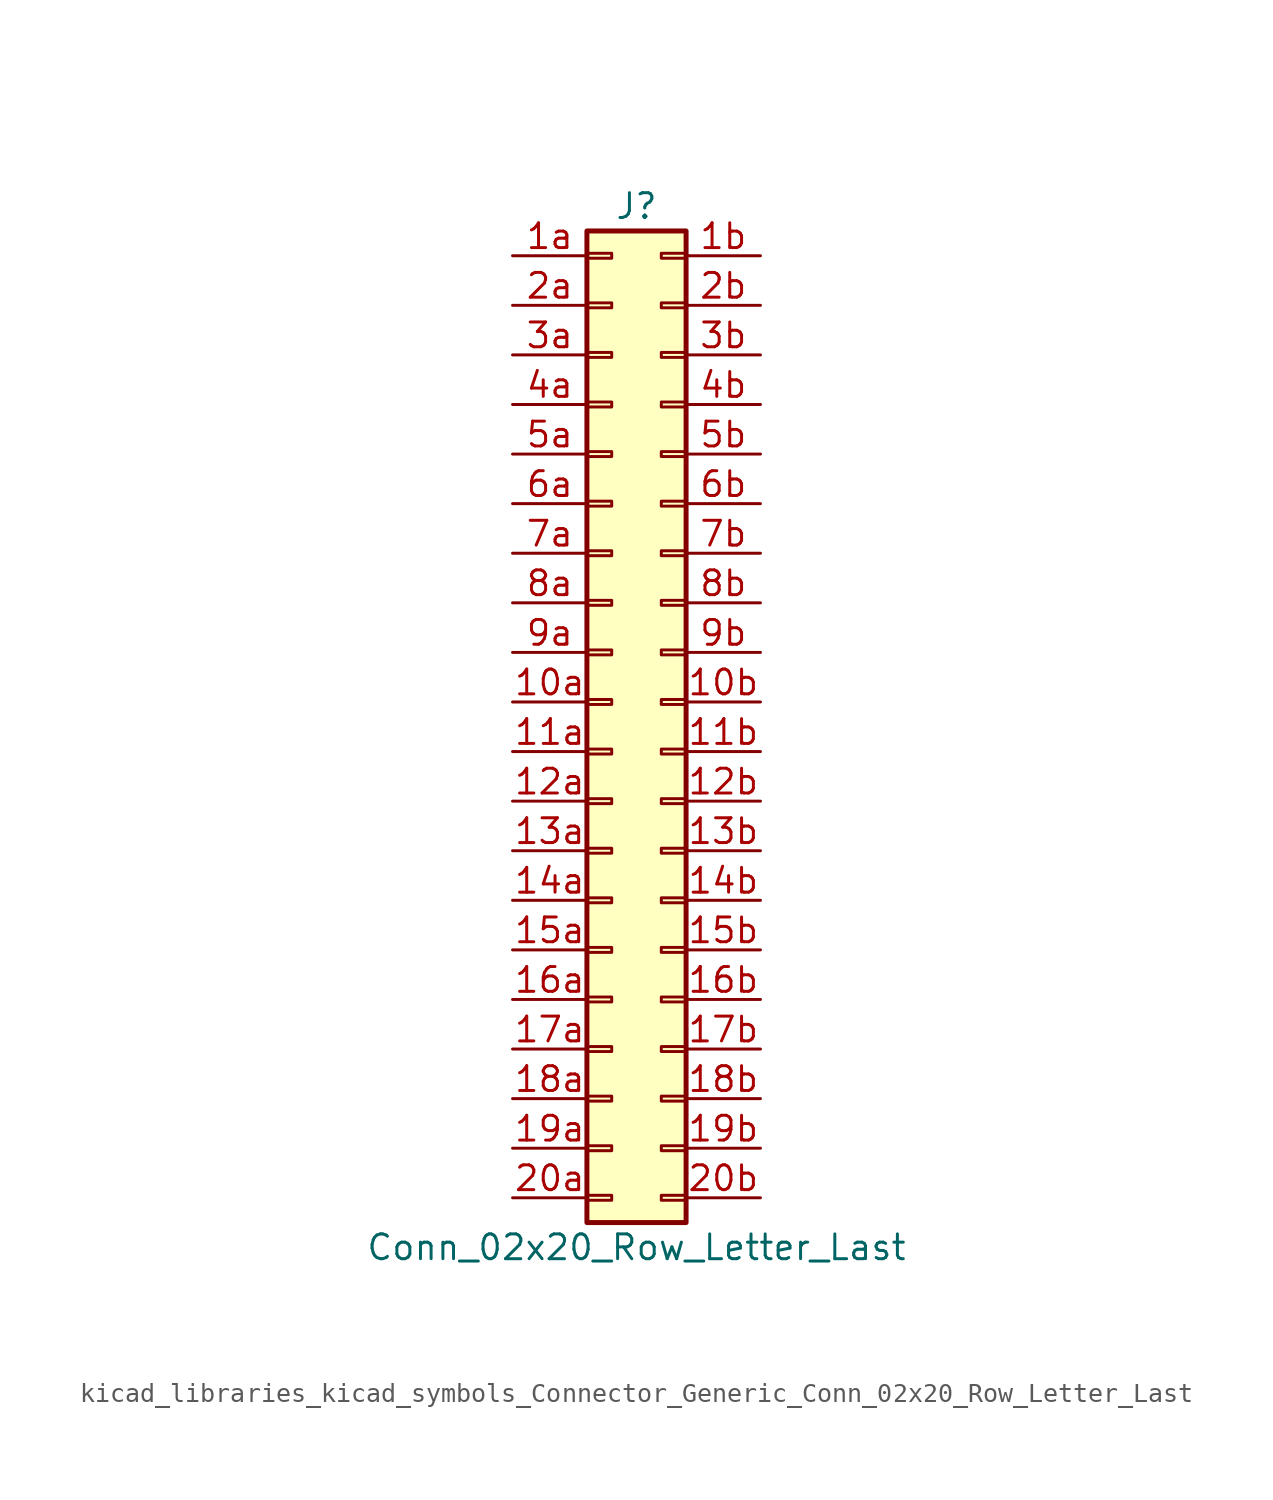
<source format=kicad_sym>
(kicad_symbol_lib
  (version 20220914)
  (generator kicad_symbol_editor)
  (symbol "kicad_libraries_kicad_symbols_Connector_Generic_Conn_02x20_Row_Letter_Last"
    (pin_names
      (offset 1.016) hide)
    (property "Reference" "J"
      (at 1.27 25.4 0)
      (effects (font (size 1.27 1.27))))
    (property "Value" "Conn_02x20_Row_Letter_Last"
      (at 1.27 -27.94 0)
      (effects (font (size 1.27 1.27))))
    (symbol "kicad_libraries_kicad_symbols_Connector_Generic_Conn_02x20_Row_Letter_Last_1_1"
      (rectangle (start -1.27 -25.273) (end 0 -25.527) (stroke (width 0.152) (type default)) (fill (type none)))
      (rectangle (start -1.27 -22.733) (end 0 -22.987) (stroke (width 0.152) (type default)) (fill (type none)))
      (rectangle (start -1.27 -20.193) (end 0 -20.447) (stroke (width 0.152) (type default)) (fill (type none)))
      (rectangle (start -1.27 -17.653) (end 0 -17.907) (stroke (width 0.152) (type default)) (fill (type none)))
      (rectangle (start -1.27 -15.113) (end 0 -15.367) (stroke (width 0.152) (type default)) (fill (type none)))
      (rectangle (start -1.27 -12.573) (end 0 -12.827) (stroke (width 0.152) (type default)) (fill (type none)))
      (rectangle (start -1.27 -10.033) (end 0 -10.287) (stroke (width 0.152) (type default)) (fill (type none)))
      (rectangle (start -1.27 -7.493) (end 0 -7.747) (stroke (width 0.152) (type default)) (fill (type none)))
      (rectangle (start -1.27 -4.953) (end 0 -5.207) (stroke (width 0.152) (type default)) (fill (type none)))
      (rectangle (start -1.27 -2.413) (end 0 -2.667) (stroke (width 0.152) (type default)) (fill (type none)))
      (rectangle (start -1.27 0.127) (end 0 -0.127) (stroke (width 0.152) (type default)) (fill (type none)))
      (rectangle (start -1.27 2.667) (end 0 2.413) (stroke (width 0.152) (type default)) (fill (type none)))
      (rectangle (start -1.27 5.207) (end 0 4.953) (stroke (width 0.152) (type default)) (fill (type none)))
      (rectangle (start -1.27 7.747) (end 0 7.493) (stroke (width 0.152) (type default)) (fill (type none)))
      (rectangle (start -1.27 10.287) (end 0 10.033) (stroke (width 0.152) (type default)) (fill (type none)))
      (rectangle (start -1.27 12.827) (end 0 12.573) (stroke (width 0.152) (type default)) (fill (type none)))
      (rectangle (start -1.27 15.367) (end 0 15.113) (stroke (width 0.152) (type default)) (fill (type none)))
      (rectangle (start -1.27 17.907) (end 0 17.653) (stroke (width 0.152) (type default)) (fill (type none)))
      (rectangle (start -1.27 20.447) (end 0 20.193) (stroke (width 0.152) (type default)) (fill (type none)))
      (rectangle (start -1.27 22.987) (end 0 22.733) (stroke (width 0.152) (type default)) (fill (type none)))
      (rectangle (start -1.27 24.13) (end 3.81 -26.67) (stroke (width 0.254) (type default)) (fill (type background)))
      (rectangle (start 3.81 -25.273) (end 2.54 -25.527) (stroke (width 0.152) (type default)) (fill (type none)))
      (rectangle (start 3.81 -22.733) (end 2.54 -22.987) (stroke (width 0.152) (type default)) (fill (type none)))
      (rectangle (start 3.81 -20.193) (end 2.54 -20.447) (stroke (width 0.152) (type default)) (fill (type none)))
      (rectangle (start 3.81 -17.653) (end 2.54 -17.907) (stroke (width 0.152) (type default)) (fill (type none)))
      (rectangle (start 3.81 -15.113) (end 2.54 -15.367) (stroke (width 0.152) (type default)) (fill (type none)))
      (rectangle (start 3.81 -12.573) (end 2.54 -12.827) (stroke (width 0.152) (type default)) (fill (type none)))
      (rectangle (start 3.81 -10.033) (end 2.54 -10.287) (stroke (width 0.152) (type default)) (fill (type none)))
      (rectangle (start 3.81 -7.493) (end 2.54 -7.747) (stroke (width 0.152) (type default)) (fill (type none)))
      (rectangle (start 3.81 -4.953) (end 2.54 -5.207) (stroke (width 0.152) (type default)) (fill (type none)))
      (rectangle (start 3.81 -2.413) (end 2.54 -2.667) (stroke (width 0.152) (type default)) (fill (type none)))
      (rectangle (start 3.81 0.127) (end 2.54 -0.127) (stroke (width 0.152) (type default)) (fill (type none)))
      (rectangle (start 3.81 2.667) (end 2.54 2.413) (stroke (width 0.152) (type default)) (fill (type none)))
      (rectangle (start 3.81 5.207) (end 2.54 4.953) (stroke (width 0.152) (type default)) (fill (type none)))
      (rectangle (start 3.81 7.747) (end 2.54 7.493) (stroke (width 0.152) (type default)) (fill (type none)))
      (rectangle (start 3.81 10.287) (end 2.54 10.033) (stroke (width 0.152) (type default)) (fill (type none)))
      (rectangle (start 3.81 12.827) (end 2.54 12.573) (stroke (width 0.152) (type default)) (fill (type none)))
      (rectangle (start 3.81 15.367) (end 2.54 15.113) (stroke (width 0.152) (type default)) (fill (type none)))
      (rectangle (start 3.81 17.907) (end 2.54 17.653) (stroke (width 0.152) (type default)) (fill (type none)))
      (rectangle (start 3.81 20.447) (end 2.54 20.193) (stroke (width 0.152) (type default)) (fill (type none)))
      (rectangle (start 3.81 22.987) (end 2.54 22.733) (stroke (width 0.152) (type default)) (fill (type none)))
      (pin passive line (at -5.08 0 0) (length 3.81) (name "Pin_10a" (effects (font (size 1.27 1.27)))) (number "10a" (effects (font (size 1.27 1.27)))))
      (pin passive line (at 7.62 0 180) (length 3.81) (name "Pin_10b" (effects (font (size 1.27 1.27)))) (number "10b" (effects (font (size 1.27 1.27)))))
      (pin passive line (at -5.08 -2.54 0) (length 3.81) (name "Pin_11a" (effects (font (size 1.27 1.27)))) (number "11a" (effects (font (size 1.27 1.27)))))
      (pin passive line (at 7.62 -2.54 180) (length 3.81) (name "Pin_11b" (effects (font (size 1.27 1.27)))) (number "11b" (effects (font (size 1.27 1.27)))))
      (pin passive line (at -5.08 -5.08 0) (length 3.81) (name "Pin_12a" (effects (font (size 1.27 1.27)))) (number "12a" (effects (font (size 1.27 1.27)))))
      (pin passive line (at 7.62 -5.08 180) (length 3.81) (name "Pin_12b" (effects (font (size 1.27 1.27)))) (number "12b" (effects (font (size 1.27 1.27)))))
      (pin passive line (at -5.08 -7.62 0) (length 3.81) (name "Pin_13a" (effects (font (size 1.27 1.27)))) (number "13a" (effects (font (size 1.27 1.27)))))
      (pin passive line (at 7.62 -7.62 180) (length 3.81) (name "Pin_13b" (effects (font (size 1.27 1.27)))) (number "13b" (effects (font (size 1.27 1.27)))))
      (pin passive line (at -5.08 -10.16 0) (length 3.81) (name "Pin_14a" (effects (font (size 1.27 1.27)))) (number "14a" (effects (font (size 1.27 1.27)))))
      (pin passive line (at 7.62 -10.16 180) (length 3.81) (name "Pin_14b" (effects (font (size 1.27 1.27)))) (number "14b" (effects (font (size 1.27 1.27)))))
      (pin passive line (at -5.08 -12.7 0) (length 3.81) (name "Pin_15a" (effects (font (size 1.27 1.27)))) (number "15a" (effects (font (size 1.27 1.27)))))
      (pin passive line (at 7.62 -12.7 180) (length 3.81) (name "Pin_15b" (effects (font (size 1.27 1.27)))) (number "15b" (effects (font (size 1.27 1.27)))))
      (pin passive line (at -5.08 -15.24 0) (length 3.81) (name "Pin_16a" (effects (font (size 1.27 1.27)))) (number "16a" (effects (font (size 1.27 1.27)))))
      (pin passive line (at 7.62 -15.24 180) (length 3.81) (name "Pin_16b" (effects (font (size 1.27 1.27)))) (number "16b" (effects (font (size 1.27 1.27)))))
      (pin passive line (at -5.08 -17.78 0) (length 3.81) (name "Pin_17a" (effects (font (size 1.27 1.27)))) (number "17a" (effects (font (size 1.27 1.27)))))
      (pin passive line (at 7.62 -17.78 180) (length 3.81) (name "Pin_17b" (effects (font (size 1.27 1.27)))) (number "17b" (effects (font (size 1.27 1.27)))))
      (pin passive line (at -5.08 -20.32 0) (length 3.81) (name "Pin_18a" (effects (font (size 1.27 1.27)))) (number "18a" (effects (font (size 1.27 1.27)))))
      (pin passive line (at 7.62 -20.32 180) (length 3.81) (name "Pin_18b" (effects (font (size 1.27 1.27)))) (number "18b" (effects (font (size 1.27 1.27)))))
      (pin passive line (at -5.08 -22.86 0) (length 3.81) (name "Pin_19a" (effects (font (size 1.27 1.27)))) (number "19a" (effects (font (size 1.27 1.27)))))
      (pin passive line (at 7.62 -22.86 180) (length 3.81) (name "Pin_19b" (effects (font (size 1.27 1.27)))) (number "19b" (effects (font (size 1.27 1.27)))))
      (pin passive line (at -5.08 22.86 0) (length 3.81) (name "Pin_1a" (effects (font (size 1.27 1.27)))) (number "1a" (effects (font (size 1.27 1.27)))))
      (pin passive line (at 7.62 22.86 180) (length 3.81) (name "Pin_1b" (effects (font (size 1.27 1.27)))) (number "1b" (effects (font (size 1.27 1.27)))))
      (pin passive line (at -5.08 -25.4 0) (length 3.81) (name "Pin_20a" (effects (font (size 1.27 1.27)))) (number "20a" (effects (font (size 1.27 1.27)))))
      (pin passive line (at 7.62 -25.4 180) (length 3.81) (name "Pin_20b" (effects (font (size 1.27 1.27)))) (number "20b" (effects (font (size 1.27 1.27)))))
      (pin passive line (at -5.08 20.32 0) (length 3.81) (name "Pin_2a" (effects (font (size 1.27 1.27)))) (number "2a" (effects (font (size 1.27 1.27)))))
      (pin passive line (at 7.62 20.32 180) (length 3.81) (name "Pin_2b" (effects (font (size 1.27 1.27)))) (number "2b" (effects (font (size 1.27 1.27)))))
      (pin passive line (at -5.08 17.78 0) (length 3.81) (name "Pin_3a" (effects (font (size 1.27 1.27)))) (number "3a" (effects (font (size 1.27 1.27)))))
      (pin passive line (at 7.62 17.78 180) (length 3.81) (name "Pin_3b" (effects (font (size 1.27 1.27)))) (number "3b" (effects (font (size 1.27 1.27)))))
      (pin passive line (at -5.08 15.24 0) (length 3.81) (name "Pin_4a" (effects (font (size 1.27 1.27)))) (number "4a" (effects (font (size 1.27 1.27)))))
      (pin passive line (at 7.62 15.24 180) (length 3.81) (name "Pin_4b" (effects (font (size 1.27 1.27)))) (number "4b" (effects (font (size 1.27 1.27)))))
      (pin passive line (at -5.08 12.7 0) (length 3.81) (name "Pin_5a" (effects (font (size 1.27 1.27)))) (number "5a" (effects (font (size 1.27 1.27)))))
      (pin passive line (at 7.62 12.7 180) (length 3.81) (name "Pin_5b" (effects (font (size 1.27 1.27)))) (number "5b" (effects (font (size 1.27 1.27)))))
      (pin passive line (at -5.08 10.16 0) (length 3.81) (name "Pin_6a" (effects (font (size 1.27 1.27)))) (number "6a" (effects (font (size 1.27 1.27)))))
      (pin passive line (at 7.62 10.16 180) (length 3.81) (name "Pin_6b" (effects (font (size 1.27 1.27)))) (number "6b" (effects (font (size 1.27 1.27)))))
      (pin passive line (at -5.08 7.62 0) (length 3.81) (name "Pin_7a" (effects (font (size 1.27 1.27)))) (number "7a" (effects (font (size 1.27 1.27)))))
      (pin passive line (at 7.62 7.62 180) (length 3.81) (name "Pin_7b" (effects (font (size 1.27 1.27)))) (number "7b" (effects (font (size 1.27 1.27)))))
      (pin passive line (at -5.08 5.08 0) (length 3.81) (name "Pin_8a" (effects (font (size 1.27 1.27)))) (number "8a" (effects (font (size 1.27 1.27)))))
      (pin passive line (at 7.62 5.08 180) (length 3.81) (name "Pin_8b" (effects (font (size 1.27 1.27)))) (number "8b" (effects (font (size 1.27 1.27)))))
      (pin passive line (at -5.08 2.54 0) (length 3.81) (name "Pin_9a" (effects (font (size 1.27 1.27)))) (number "9a" (effects (font (size 1.27 1.27)))))
      (pin passive line (at 7.62 2.54 180) (length 3.81) (name "Pin_9b" (effects (font (size 1.27 1.27)))) (number "9b" (effects (font (size 1.27 1.27))))))))
</source>
